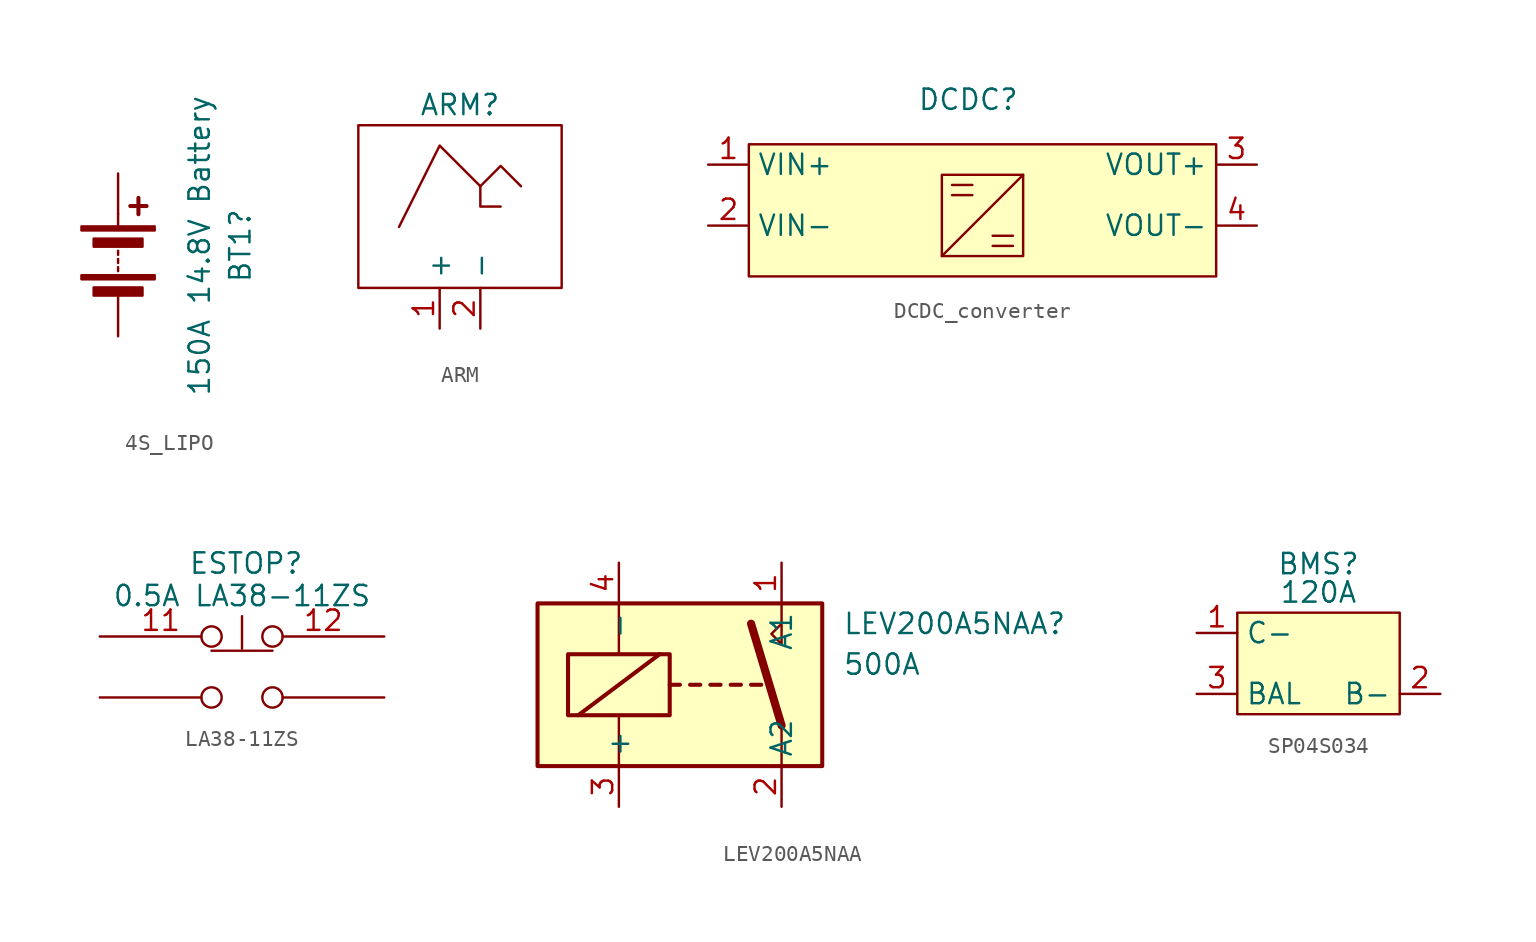
<source format=kicad_sym>
(kicad_symbol_lib
  (version 20241209)
  (generator "kicad_symbol_editor")
  (generator_version "9.0")
  (symbol "4S_LIPO"
    (pin_numbers
      (hide yes))
    (pin_names
      (offset 0)
      (hide yes))
    (property "Reference" "BT1"
      (at 7.62 0.572 90)
      (effects (font (size 1.27 1.27))))
    (property "Value" "150A 14.8V Battery"
      (at 5.08 0.572 90)
      (effects (font (size 1.27 1.27))))
    (symbol "4S_LIPO_0_1"
      (rectangle (start -2.286 1.778) (end 2.286 1.524) (stroke (width 0) (type default)) (fill (type outline)))
      (rectangle (start -2.286 -1.27) (end 2.286 -1.524) (stroke (width 0) (type default)) (fill (type outline)))
      (rectangle (start -1.524 1.016) (end 1.524 0.508) (stroke (width 0) (type default)) (fill (type outline)))
      (rectangle (start -1.524 -2.032) (end 1.524 -2.54) (stroke (width 0) (type default)) (fill (type outline)))
      (polyline (pts (xy 0 1.778) (xy 0 2.54)) (stroke (width 0) (type default)) (fill (type none)))
      (polyline (pts (xy 0 0) (xy 0 0.254)) (stroke (width 0) (type default)) (fill (type none)))
      (polyline (pts (xy 0 -0.508) (xy 0 -0.254)) (stroke (width 0) (type default)) (fill (type none)))
      (polyline (pts (xy 0 -1.016) (xy 0 -0.762)) (stroke (width 0) (type default)) (fill (type none)))
      (polyline (pts (xy 0.762 3.048) (xy 1.778 3.048)) (stroke (width 0.254) (type default)) (fill (type none)))
      (polyline (pts (xy 1.27 3.556) (xy 1.27 2.54)) (stroke (width 0.254) (type default)) (fill (type none))))
    (symbol "4S_LIPO_1_1"
      (pin passive line (at 0 5.08 270) (length 2.54) (name "+" (effects (font (size 1.27 1.27)))) (number "1" (effects (font (size 1.27 1.27)))))
      (pin passive line (at 0 -5.08 90) (length 2.54) (name "-" (effects (font (size 1.27 1.27)))) (number "2" (effects (font (size 1.27 1.27)))))))
  (symbol "ARM"
    (property "Reference" "ARM"
      (at 0 0 0)
      (effects (font (size 1.27 1.27))))
    (property "Value" ""
      (at 0 0 0)
      (effects (font (size 1.27 1.27))))
    (symbol "ARM_0_1"
      (rectangle (start -6.35 -1.27) (end 6.35 -11.43) (stroke (width 0) (type default)) (fill (type none))))
    (symbol "ARM_1_1"
      (polyline (pts (xy -3.81 -7.62) (xy -1.27 -2.54) (xy 1.27 -5.08) (xy 2.54 -3.81) (xy 3.81 -5.08)) (stroke (width 0) (type default)) (fill (type none)))
      (polyline (pts (xy 1.27 -5.08) (xy 1.27 -6.35) (xy 2.54 -6.35)) (stroke (width 0) (type default)) (fill (type none)))
      (pin passive line (at -1.27 -13.97 90) (length 2.54) (name "+" (effects (font (size 1.27 1.27)))) (number "1" (effects (font (size 1.27 1.27)))))
      (pin passive line (at 1.27 -13.97 90) (length 2.54) (name "-" (effects (font (size 1.27 1.27)))) (number "2" (effects (font (size 1.27 1.27)))))))
  (symbol "DCDC_converter"
    (property "Reference" "DCDC"
      (at -0.254 0.254 0)
      (effects (font (size 1.27 1.27))))
    (property "Value" ""
      (at 0 0 0)
      (effects (font (size 1.27 1.27))))
    (symbol "DCDC_converter_1_1"
      (rectangle (start -13.97 -2.54) (end 15.24 -10.795) (stroke (width 0) (type solid)) (fill (type background)))
      (rectangle (start -1.905 -4.445) (end 3.175 -9.525) (stroke (width 0) (type default)) (fill (type none)))
      (polyline (pts (xy -1.905 -9.525) (xy 3.175 -4.445)) (stroke (width 0) (type default)) (fill (type none)))
      (polyline (pts (xy -1.27 -5.08) (xy 0 -5.08)) (stroke (width 0) (type default)) (fill (type none)))
      (polyline (pts (xy -1.27 -5.715) (xy 0 -5.715)) (stroke (width 0) (type default)) (fill (type none)))
      (polyline (pts (xy 1.27 -8.255) (xy 2.54 -8.255)) (stroke (width 0) (type default)) (fill (type none)))
      (polyline (pts (xy 1.27 -8.89) (xy 2.54 -8.89)) (stroke (width 0) (type default)) (fill (type none)))
      (pin passive line (at -16.51 -3.81 0) (length 2.54) (name "VIN+" (effects (font (size 1.27 1.27)))) (number "1" (effects (font (size 1.27 1.27)))))
      (pin passive line (at -16.51 -7.62 0) (length 2.54) (name "VIN-" (effects (font (size 1.27 1.27)))) (number "2" (effects (font (size 1.27 1.27)))))
      (pin passive line (at 17.78 -3.81 180) (length 2.54) (name "VOUT+" (effects (font (size 1.27 1.27)))) (number "3" (effects (font (size 1.27 1.27)))))
      (pin passive line (at 17.78 -7.62 180) (length 2.54) (name "VOUT-" (effects (font (size 1.27 1.27)))) (number "4" (effects (font (size 1.27 1.27)))))))
  (symbol "LA38-11ZS"
    (property "Reference" "ESTOP"
      (at 0.254 2.032 0)
      (effects (font (size 1.27 1.27))))
    (property "Value" "0.5A LA38-11ZS"
      (at 0 0 0)
      (effects (font (size 1.27 1.27))))
    (symbol "LA38-11ZS_0_1"
      (polyline (pts (xy -1.905 -3.429) (xy 1.905 -3.429)) (stroke (width 0) (type default)) (fill (type none)))
      (polyline (pts (xy 0 -1.27) (xy 0 -3.302)) (stroke (width 0) (type default)) (fill (type none))))
    (symbol "LA38-11ZS_1_1"
      (pin passive inverted (at -8.89 -2.54 0) (length 7.62) (name "" (effects (font (size 1.27 1.27)))) (number "11" (effects (font (size 1.27 1.27)))))
      (pin passive inverted (at -8.89 -6.35 0) (length 7.62) (name "" (effects (font (size 1.27 1.27)))) (number "" (effects (font (size 1.27 1.27)))))
      (pin passive inverted (at 8.89 -2.54 180) (length 7.62) (name "" (effects (font (size 1.27 1.27)))) (number "12" (effects (font (size 1.27 1.27)))))
      (pin passive inverted (at 8.89 -6.35 180) (length 7.62) (name "" (effects (font (size 1.27 1.27)))) (number "" (effects (font (size 1.27 1.27)))))))
  (symbol "LEV200A5NAA"
    (property "Reference" "LEV200A5NAA"
      (at 8.89 3.81 0)
      (effects (font (size 1.27 1.27)) (justify left)))
    (property "Value" "500A"
      (at 8.89 1.27 0)
      (effects (font (size 1.27 1.27)) (justify left)))
    (symbol "LEV200A5NAA_0_0"
      (polyline (pts (xy 5.08 5.08) (xy 5.08 2.54) (xy 4.445 3.175) (xy 5.08 3.81)) (stroke (width 0) (type default)) (fill (type none))))
    (symbol "LEV200A5NAA_0_1"
      (rectangle (start -10.16 5.08) (end 7.62 -5.08) (stroke (width 0.254) (type default)) (fill (type background)))
      (rectangle (start -8.255 1.905) (end -1.905 -1.905) (stroke (width 0.254) (type default)) (fill (type none)))
      (polyline (pts (xy -7.62 -1.905) (xy -2.54 1.905)) (stroke (width 0.254) (type default)) (fill (type none)))
      (polyline (pts (xy -5.08 5.08) (xy -5.08 1.905)) (stroke (width 0) (type default)) (fill (type none)))
      (polyline (pts (xy -5.08 -5.08) (xy -5.08 -1.905)) (stroke (width 0) (type default)) (fill (type none)))
      (polyline (pts (xy -1.905 0) (xy -1.27 0)) (stroke (width 0.254) (type default)) (fill (type none)))
      (polyline (pts (xy -0.635 0) (xy 0 0)) (stroke (width 0.254) (type default)) (fill (type none)))
      (polyline (pts (xy 0.635 0) (xy 1.27 0)) (stroke (width 0.254) (type default)) (fill (type none)))
      (polyline (pts (xy 1.905 0) (xy 2.54 0)) (stroke (width 0.254) (type default)) (fill (type none)))
      (polyline (pts (xy 3.175 0) (xy 3.81 0)) (stroke (width 0.254) (type default)) (fill (type none)))
      (polyline (pts (xy 5.08 -2.54) (xy 3.175 3.81)) (stroke (width 0.508) (type default)) (fill (type none)))
      (polyline (pts (xy 5.08 -2.54) (xy 5.08 -5.08)) (stroke (width 0) (type default)) (fill (type none))))
    (symbol "LEV200A5NAA_1_1"
      (pin passive line (at -5.08 7.62 270) (length 2.54) (name "-" (effects (font (size 1.27 1.27)))) (number "4" (effects (font (size 1.27 1.27)))))
      (pin passive line (at -5.08 -7.62 90) (length 2.54) (name "+" (effects (font (size 1.27 1.27)))) (number "3" (effects (font (size 1.27 1.27)))))
      (pin passive line (at 5.08 7.62 270) (length 2.54) (name "A1" (effects (font (size 1.27 1.27)))) (number "1" (effects (font (size 1.27 1.27)))))
      (pin passive line (at 5.08 -7.62 90) (length 2.54) (name "A2" (effects (font (size 1.27 1.27)))) (number "2" (effects (font (size 1.27 1.27)))))))
  (symbol "SP04S034"
    (property "Reference" "BMS"
      (at 0 1.778 0)
      (effects (font (size 1.27 1.27))))
    (property "Value" "120A"
      (at 0 0 0)
      (effects (font (size 1.27 1.27))))
    (symbol "SP04S034_1_1"
      (rectangle (start -5.08 -1.27) (end 5.08 -7.62) (stroke (width 0) (type solid)) (fill (type background)))
      (pin input line (at -7.62 -2.54 0) (length 2.54) (name "C-" (effects (font (size 1.27 1.27)))) (number "1" (effects (font (size 1.27 1.27)))))
      (pin input line (at -7.62 -6.35 0) (length 2.54) (name "BAL" (effects (font (size 1.27 1.27)))) (number "3" (effects (font (size 1.27 1.27)))))
      (pin input line (at 7.62 -6.35 180) (length 2.54) (name "B-" (effects (font (size 1.27 1.27)))) (number "2" (effects (font (size 1.27 1.27))))))))
</source>
